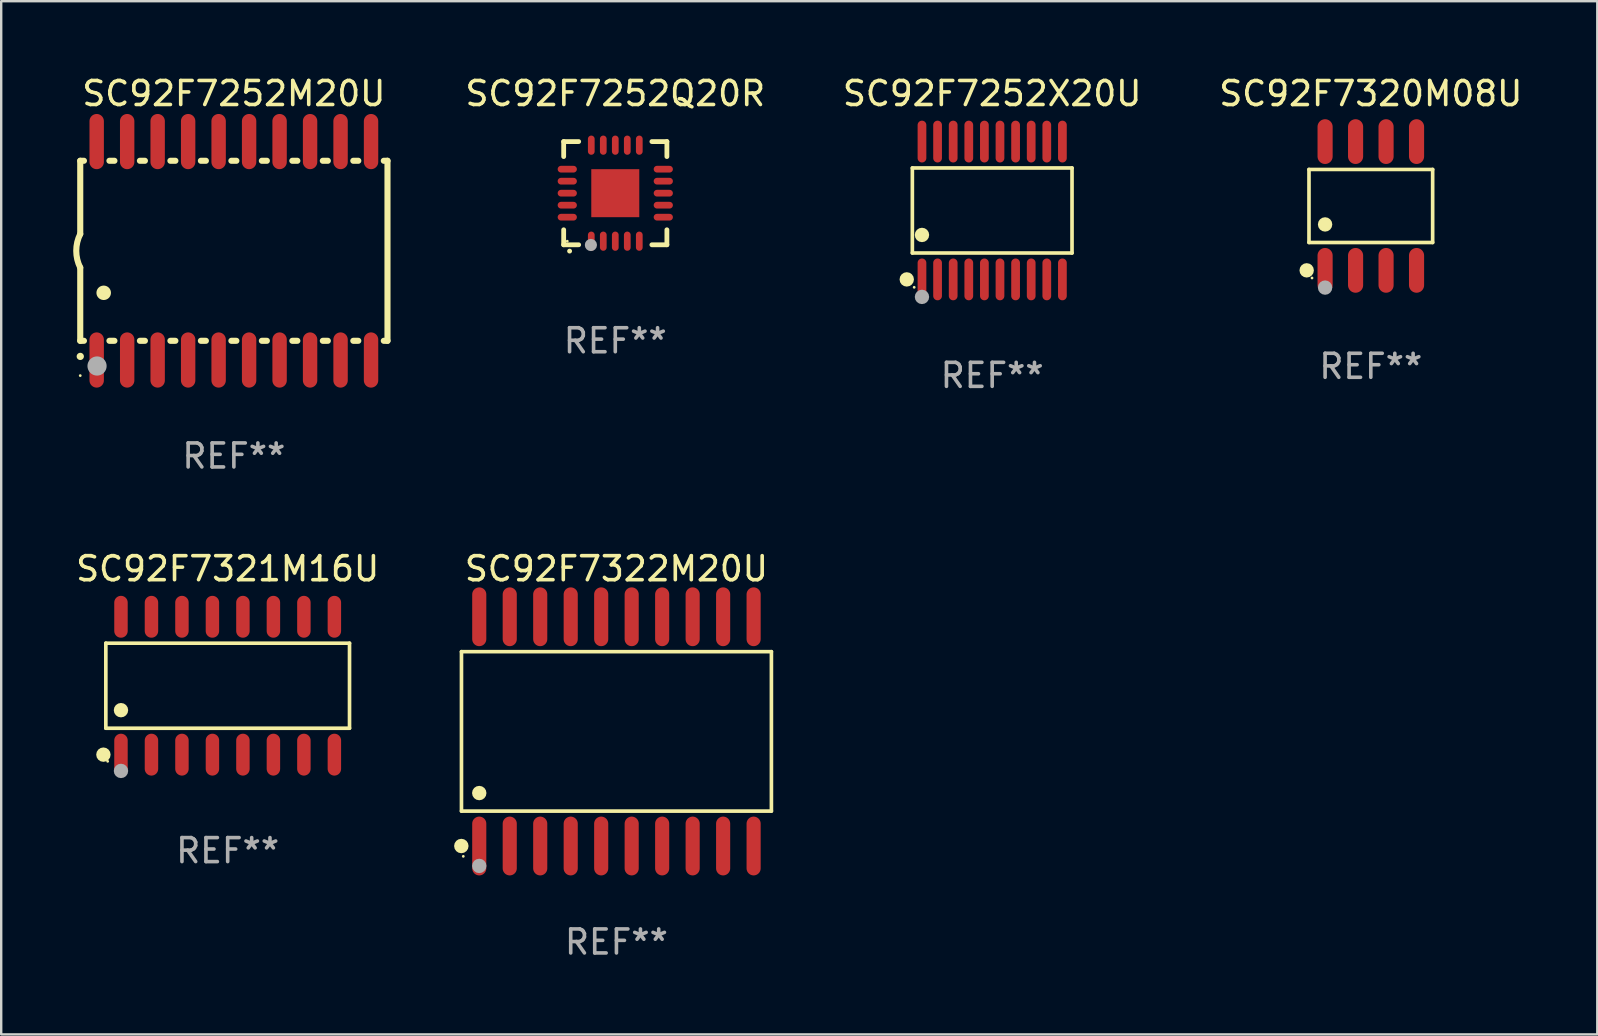
<source format=kicad_pcb>
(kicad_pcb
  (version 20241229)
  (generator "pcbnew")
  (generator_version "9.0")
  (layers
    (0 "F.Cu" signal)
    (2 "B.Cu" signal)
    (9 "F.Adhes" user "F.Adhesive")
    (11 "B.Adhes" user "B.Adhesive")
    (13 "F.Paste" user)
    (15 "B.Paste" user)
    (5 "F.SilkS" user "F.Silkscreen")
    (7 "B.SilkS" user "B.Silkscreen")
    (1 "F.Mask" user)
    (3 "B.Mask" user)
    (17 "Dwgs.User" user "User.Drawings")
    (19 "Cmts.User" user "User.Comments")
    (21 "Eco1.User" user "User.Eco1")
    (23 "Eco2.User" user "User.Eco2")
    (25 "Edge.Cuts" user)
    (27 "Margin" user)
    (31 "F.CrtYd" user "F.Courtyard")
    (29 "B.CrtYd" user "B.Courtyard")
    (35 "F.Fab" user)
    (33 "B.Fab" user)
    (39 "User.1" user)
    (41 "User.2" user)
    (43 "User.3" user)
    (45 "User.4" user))
  (footprint "SC92F7252M20U"
    (layer "F.Cu")
    (at 6.693 7.398)
    (property "Reference" "SC92F7252M20U" (at 0 -6.55 0) (layer "F.SilkS") (effects (font (size 1 1) (thickness 0.15))))
    (attr through_hole)
    (fp_line (start -6.4 -3.75) (end -6.4 -0.7) (stroke (width 0.254) (type solid)) (layer "F.SilkS"))
    (fp_line (start -6.4 -3.75) (end -6.246 -3.75) (stroke (width 0.254) (type solid)) (layer "F.SilkS"))
    (fp_line (start -6.4 3.75) (end -6.4 0.7) (stroke (width 0.254) (type solid)) (layer "F.SilkS"))
    (fp_line (start -6.246 3.75) (end -6.4 3.75) (stroke (width 0.254) (type solid)) (layer "F.SilkS"))
    (fp_line (start -5.184 -3.75) (end -4.976 -3.75) (stroke (width 0.254) (type solid)) (layer "F.SilkS"))
    (fp_line (start -4.976 3.75) (end -5.184 3.75) (stroke (width 0.254) (type solid)) (layer "F.SilkS"))
    (fp_line (start -3.914 -3.75) (end -3.706 -3.75) (stroke (width 0.254) (type solid)) (layer "F.SilkS"))
    (fp_line (start -3.706 3.75) (end -3.914 3.75) (stroke (width 0.254) (type solid)) (layer "F.SilkS"))
    (fp_line (start -2.644 -3.75) (end -2.436 -3.75) (stroke (width 0.254) (type solid)) (layer "F.SilkS"))
    (fp_line (start -2.436 3.75) (end -2.644 3.75) (stroke (width 0.254) (type solid)) (layer "F.SilkS"))
    (fp_line (start -1.374 -3.75) (end -1.166 -3.75) (stroke (width 0.254) (type solid)) (layer "F.SilkS"))
    (fp_line (start -1.166 3.75) (end -1.374 3.75) (stroke (width 0.254) (type solid)) (layer "F.SilkS"))
    (fp_line (start -0.104 -3.75) (end 0.104 -3.75) (stroke (width 0.254) (type solid)) (layer "F.SilkS"))
    (fp_line (start 0.104 3.75) (end -0.104 3.75) (stroke (width 0.254) (type solid)) (layer "F.SilkS"))
    (fp_line (start 1.166 -3.75) (end 1.374 -3.75) (stroke (width 0.254) (type solid)) (layer "F.SilkS"))
    (fp_line (start 1.374 3.75) (end 1.166 3.75) (stroke (width 0.254) (type solid)) (layer "F.SilkS"))
    (fp_line (start 2.436 -3.75) (end 2.644 -3.75) (stroke (width 0.254) (type solid)) (layer "F.SilkS"))
    (fp_line (start 2.644 3.75) (end 2.436 3.75) (stroke (width 0.254) (type solid)) (layer "F.SilkS"))
    (fp_line (start 3.706 -3.75) (end 3.914 -3.75) (stroke (width 0.254) (type solid)) (layer "F.SilkS"))
    (fp_line (start 3.914 3.75) (end 3.706 3.75) (stroke (width 0.254) (type solid)) (layer "F.SilkS"))
    (fp_line (start 4.976 -3.75) (end 5.184 -3.75) (stroke (width 0.254) (type solid)) (layer "F.SilkS"))
    (fp_line (start 5.184 3.75) (end 4.976 3.75) (stroke (width 0.254) (type solid)) (layer "F.SilkS"))
    (fp_line (start 6.246 -3.75) (end 6.4 -3.75) (stroke (width 0.254) (type solid)) (layer "F.SilkS"))
    (fp_line (start 6.4 -3.75) (end 6.4 3.75) (stroke (width 0.254) (type solid)) (layer "F.SilkS"))
    (fp_line (start 6.4 3.75) (end 6.246 3.75) (stroke (width 0.254) (type solid)) (layer "F.SilkS"))
    (fp_arc (start -6.400812 0.701041) (mid -6.565912 0.000428) (end -6.400025 -0.7) (stroke (width 0.254001) (type solid)) (layer "F.SilkS"))
    (fp_arc (start -6.400025 4.4) (mid -6.398755 4.399995) (end -6.397485 4.4) (stroke (width 0.3) (type solid)) (layer "F.SilkS"))
    (fp_arc (start -5.425451 1.750064) (mid -5.422911 1.750053) (end -5.420371 1.750064) (stroke (width 0.6) (type solid)) (layer "F.SilkS"))
    (fp_circle (center -6.4 5.2) (end -6.37 5.2) (stroke (width 0.06) (type solid)) (fill no) (layer "F.SilkS"))
    (fp_circle (center -5.7 4.8) (end -5.5 4.8) (stroke (width 0.4) (type solid)) (fill no) (layer "F.Fab"))
    (fp_text user "REF**" (at 0 8.55 0) (layer "F.Fab") (effects (font (size 1 1) (thickness 0.15))))
    (pad "1" smd oval (at -5.715 4.55 180) (size 0.6 2.3) (layers "F.Cu" "F.Mask" "F.Paste"))
    (pad "2" smd oval (at -4.445 4.55 180) (size 0.6 2.3) (layers "F.Cu" "F.Mask" "F.Paste"))
    (pad "3" smd oval (at -3.175 4.55 180) (size 0.6 2.3) (layers "F.Cu" "F.Mask" "F.Paste"))
    (pad "4" smd oval (at -1.905 4.55 180) (size 0.6 2.3) (layers "F.Cu" "F.Mask" "F.Paste"))
    (pad "5" smd oval (at -0.635 4.55 180) (size 0.6 2.3) (layers "F.Cu" "F.Mask" "F.Paste"))
    (pad "6" smd oval (at 0.635 4.55 180) (size 0.6 2.3) (layers "F.Cu" "F.Mask" "F.Paste"))
    (pad "7" smd oval (at 1.905 4.55 180) (size 0.6 2.3) (layers "F.Cu" "F.Mask" "F.Paste"))
    (pad "8" smd oval (at 3.175 4.55 180) (size 0.6 2.3) (layers "F.Cu" "F.Mask" "F.Paste"))
    (pad "9" smd oval (at 4.445 4.55 180) (size 0.6 2.3) (layers "F.Cu" "F.Mask" "F.Paste"))
    (pad "10" smd oval (at 5.715 4.55 180) (size 0.6 2.3) (layers "F.Cu" "F.Mask" "F.Paste"))
    (pad "11" smd oval (at 5.715 -4.55 180) (size 0.6 2.3) (layers "F.Cu" "F.Mask" "F.Paste"))
    (pad "12" smd oval (at 4.445 -4.55 180) (size 0.6 2.3) (layers "F.Cu" "F.Mask" "F.Paste"))
    (pad "13" smd oval (at 3.175 -4.55 180) (size 0.6 2.3) (layers "F.Cu" "F.Mask" "F.Paste"))
    (pad "14" smd oval (at 1.905 -4.55 180) (size 0.6 2.3) (layers "F.Cu" "F.Mask" "F.Paste"))
    (pad "15" smd oval (at 0.635 -4.55 180) (size 0.6 2.3) (layers "F.Cu" "F.Mask" "F.Paste"))
    (pad "16" smd oval (at -0.635 -4.55 180) (size 0.6 2.3) (layers "F.Cu" "F.Mask" "F.Paste"))
    (pad "17" smd oval (at -1.905 -4.55 180) (size 0.6 2.3) (layers "F.Cu" "F.Mask" "F.Paste"))
    (pad "18" smd oval (at -3.175 -4.55 180) (size 0.6 2.3) (layers "F.Cu" "F.Mask" "F.Paste"))
    (pad "19" smd oval (at -4.445 -4.55 180) (size 0.6 2.3) (layers "F.Cu" "F.Mask" "F.Paste"))
    (pad "20" smd oval (at -5.715 -4.55 180) (size 0.6 2.3) (layers "F.Cu" "F.Mask" "F.Paste")))
  (footprint "SC92F7320M08U"
    (layer "F.Cu")
    (at 54.059 5.531)
    (property "Reference" "SC92F7320M08U" (at 0 -4.682 0) (layer "F.SilkS") (effects (font (size 1 1) (thickness 0.15))))
    (attr through_hole)
    (fp_line (start -2.576 -1.521) (end 2.576 -1.521) (stroke (width 0.152) (type solid)) (layer "F.SilkS"))
    (fp_line (start -2.576 1.521) (end -2.576 -1.521) (stroke (width 0.152) (type solid)) (layer "F.SilkS"))
    (fp_line (start 2.576 -1.521) (end 2.576 1.521) (stroke (width 0.152) (type solid)) (layer "F.SilkS"))
    (fp_line (start 2.576 1.521) (end -2.576 1.521) (stroke (width 0.152) (type solid)) (layer "F.SilkS"))
    (fp_circle (center -2.672 2.682) (end -2.522 2.682) (stroke (width 0.3) (type solid)) (fill no) (layer "F.SilkS"))
    (fp_circle (center -2.45 3) (end -2.42 3) (stroke (width 0.06) (type solid)) (fill no) (layer "F.SilkS"))
    (fp_circle (center -1.905 0.769) (end -1.755 0.769) (stroke (width 0.3) (type solid)) (fill no) (layer "F.SilkS"))
    (fp_circle (center -1.905 3.4) (end -1.755 3.4) (stroke (width 0.3) (type solid)) (fill no) (layer "F.Fab"))
    (fp_text user "REF**" (at 0 6.682 0) (layer "F.Fab") (effects (font (size 1 1) (thickness 0.15))))
    (pad "1" smd oval (at -1.905 2.682) (size 0.63 1.865) (layers "F.Cu" "F.Mask" "F.Paste"))
    (pad "2" smd oval (at -0.635 2.682) (size 0.63 1.865) (layers "F.Cu" "F.Mask" "F.Paste"))
    (pad "3" smd oval (at 0.635 2.682) (size 0.63 1.865) (layers "F.Cu" "F.Mask" "F.Paste"))
    (pad "4" smd oval (at 1.905 2.682) (size 0.63 1.865) (layers "F.Cu" "F.Mask" "F.Paste"))
    (pad "5" smd oval (at 1.905 -2.682) (size 0.63 1.865) (layers "F.Cu" "F.Mask" "F.Paste"))
    (pad "6" smd oval (at 0.635 -2.682) (size 0.63 1.865) (layers "F.Cu" "F.Mask" "F.Paste"))
    (pad "7" smd oval (at -0.635 -2.682) (size 0.63 1.865) (layers "F.Cu" "F.Mask" "F.Paste"))
    (pad "8" smd oval (at -1.905 -2.682) (size 0.63 1.865) (layers "F.Cu" "F.Mask" "F.Paste")))
  (footprint "SC92F7321M16U"
    (layer "F.Cu")
    (at 6.435 25.517)
    (property "Reference" "SC92F7321M16U" (at 0 -4.872 0) (layer "F.SilkS") (effects (font (size 1 1) (thickness 0.15))))
    (attr through_hole)
    (fp_line (start -5.076 -1.771) (end 5.076 -1.771) (stroke (width 0.152) (type solid)) (layer "F.SilkS"))
    (fp_line (start -5.076 1.771) (end -5.076 -1.771) (stroke (width 0.152) (type solid)) (layer "F.SilkS"))
    (fp_line (start 5.076 -1.771) (end 5.076 1.771) (stroke (width 0.152) (type solid)) (layer "F.SilkS"))
    (fp_line (start 5.076 1.771) (end -5.076 1.771) (stroke (width 0.152) (type solid)) (layer "F.SilkS"))
    (fp_circle (center -5.177 2.872) (end -5.027 2.872) (stroke (width 0.3) (type solid)) (fill no) (layer "F.SilkS"))
    (fp_circle (center -5 3.15) (end -4.97 3.15) (stroke (width 0.06) (type solid)) (fill no) (layer "F.SilkS"))
    (fp_circle (center -4.445 1.019) (end -4.295 1.019) (stroke (width 0.3) (type solid)) (fill no) (layer "F.SilkS"))
    (fp_circle (center -4.445 3.55) (end -4.295 3.55) (stroke (width 0.3) (type solid)) (fill no) (layer "F.Fab"))
    (fp_text user "REF**" (at 0 6.872 0) (layer "F.Fab") (effects (font (size 1 1) (thickness 0.15))))
    (pad "1" smd oval (at -4.445 2.872) (size 0.56 1.745) (layers "F.Cu" "F.Mask" "F.Paste"))
    (pad "2" smd oval (at -3.175 2.872) (size 0.56 1.745) (layers "F.Cu" "F.Mask" "F.Paste"))
    (pad "3" smd oval (at -1.905 2.872) (size 0.56 1.745) (layers "F.Cu" "F.Mask" "F.Paste"))
    (pad "4" smd oval (at -0.635 2.872) (size 0.56 1.745) (layers "F.Cu" "F.Mask" "F.Paste"))
    (pad "5" smd oval (at 0.635 2.872) (size 0.56 1.745) (layers "F.Cu" "F.Mask" "F.Paste"))
    (pad "6" smd oval (at 1.905 2.872) (size 0.56 1.745) (layers "F.Cu" "F.Mask" "F.Paste"))
    (pad "7" smd oval (at 3.175 2.872) (size 0.56 1.745) (layers "F.Cu" "F.Mask" "F.Paste"))
    (pad "8" smd oval (at 4.445 2.872) (size 0.56 1.745) (layers "F.Cu" "F.Mask" "F.Paste"))
    (pad "9" smd oval (at 4.445 -2.872) (size 0.56 1.745) (layers "F.Cu" "F.Mask" "F.Paste"))
    (pad "10" smd oval (at 3.175 -2.872) (size 0.56 1.745) (layers "F.Cu" "F.Mask" "F.Paste"))
    (pad "11" smd oval (at 1.905 -2.872) (size 0.56 1.745) (layers "F.Cu" "F.Mask" "F.Paste"))
    (pad "12" smd oval (at 0.635 -2.872) (size 0.56 1.745) (layers "F.Cu" "F.Mask" "F.Paste"))
    (pad "13" smd oval (at -0.635 -2.872) (size 0.56 1.745) (layers "F.Cu" "F.Mask" "F.Paste"))
    (pad "14" smd oval (at -1.905 -2.872) (size 0.56 1.745) (layers "F.Cu" "F.Mask" "F.Paste"))
    (pad "15" smd oval (at -3.175 -2.872) (size 0.56 1.745) (layers "F.Cu" "F.Mask" "F.Paste"))
    (pad "16" smd oval (at -4.445 -2.872) (size 0.56 1.745) (layers "F.Cu" "F.Mask" "F.Paste")))
  (footprint "SC92F7252X20U"
    (layer "F.Cu")
    (at 38.285 5.719)
    (property "Reference" "SC92F7252X20U" (at 0 -4.871 0) (layer "F.SilkS") (effects (font (size 1 1) (thickness 0.15))))
    (attr through_hole)
    (fp_line (start -3.326 -1.771) (end 3.326 -1.771) (stroke (width 0.152) (type solid)) (layer "F.SilkS"))
    (fp_line (start -3.326 1.771) (end -3.326 -1.771) (stroke (width 0.152) (type solid)) (layer "F.SilkS"))
    (fp_line (start 3.326 -1.771) (end 3.326 1.771) (stroke (width 0.152) (type solid)) (layer "F.SilkS"))
    (fp_line (start 3.326 1.771) (end -3.326 1.771) (stroke (width 0.152) (type solid)) (layer "F.SilkS"))
    (fp_circle (center -3.559 2.871) (end -3.409 2.871) (stroke (width 0.3) (type solid)) (fill no) (layer "F.SilkS"))
    (fp_circle (center -3.25 3.2) (end -3.22 3.2) (stroke (width 0.06) (type solid)) (fill no) (layer "F.SilkS"))
    (fp_circle (center -2.925 1.019) (end -2.775 1.019) (stroke (width 0.3) (type solid)) (fill no) (layer "F.SilkS"))
    (fp_circle (center -2.925 3.6) (end -2.775 3.6) (stroke (width 0.3) (type solid)) (fill no) (layer "F.Fab"))
    (fp_text user "REF**" (at 0 6.871 0) (layer "F.Fab") (effects (font (size 1 1) (thickness 0.15))))
    (pad "1" smd oval (at -2.925 2.871) (size 0.364 1.742) (layers "F.Cu" "F.Mask" "F.Paste"))
    (pad "2" smd oval (at -2.275 2.871) (size 0.364 1.742) (layers "F.Cu" "F.Mask" "F.Paste"))
    (pad "3" smd oval (at -1.625 2.871) (size 0.364 1.742) (layers "F.Cu" "F.Mask" "F.Paste"))
    (pad "4" smd oval (at -0.975 2.871) (size 0.364 1.742) (layers "F.Cu" "F.Mask" "F.Paste"))
    (pad "5" smd oval (at -0.325 2.871) (size 0.364 1.742) (layers "F.Cu" "F.Mask" "F.Paste"))
    (pad "6" smd oval (at 0.325 2.871) (size 0.364 1.742) (layers "F.Cu" "F.Mask" "F.Paste"))
    (pad "7" smd oval (at 0.975 2.871) (size 0.364 1.742) (layers "F.Cu" "F.Mask" "F.Paste"))
    (pad "8" smd oval (at 1.625 2.871) (size 0.364 1.742) (layers "F.Cu" "F.Mask" "F.Paste"))
    (pad "9" smd oval (at 2.275 2.871) (size 0.364 1.742) (layers "F.Cu" "F.Mask" "F.Paste"))
    (pad "10" smd oval (at 2.925 2.871) (size 0.364 1.742) (layers "F.Cu" "F.Mask" "F.Paste"))
    (pad "11" smd oval (at 2.925 -2.871) (size 0.364 1.742) (layers "F.Cu" "F.Mask" "F.Paste"))
    (pad "12" smd oval (at 2.275 -2.871) (size 0.364 1.742) (layers "F.Cu" "F.Mask" "F.Paste"))
    (pad "13" smd oval (at 1.625 -2.871) (size 0.364 1.742) (layers "F.Cu" "F.Mask" "F.Paste"))
    (pad "14" smd oval (at 0.975 -2.871) (size 0.364 1.742) (layers "F.Cu" "F.Mask" "F.Paste"))
    (pad "15" smd oval (at 0.325 -2.871) (size 0.364 1.742) (layers "F.Cu" "F.Mask" "F.Paste"))
    (pad "16" smd oval (at -0.325 -2.871) (size 0.364 1.742) (layers "F.Cu" "F.Mask" "F.Paste"))
    (pad "17" smd oval (at -0.975 -2.871) (size 0.364 1.742) (layers "F.Cu" "F.Mask" "F.Paste"))
    (pad "18" smd oval (at -1.625 -2.871) (size 0.364 1.742) (layers "F.Cu" "F.Mask" "F.Paste"))
    (pad "19" smd oval (at -2.275 -2.871) (size 0.364 1.742) (layers "F.Cu" "F.Mask" "F.Paste"))
    (pad "20" smd oval (at -2.925 -2.871) (size 0.364 1.742) (layers "F.Cu" "F.Mask" "F.Paste")))
  (footprint "SC92F7252Q20R"
    (layer "F.Cu")
    (at 22.583 4.998)
    (property "Reference" "SC92F7252Q20R" (at 0 -4.15 0) (layer "F.SilkS") (effects (font (size 1 1) (thickness 0.15))))
    (attr through_hole)
    (fp_line (start -2.15 -2.15) (end -2.15 -1.525) (stroke (width 0.2) (type solid)) (layer "F.SilkS"))
    (fp_line (start -2.15 2.15) (end -2.15 1.525) (stroke (width 0.2) (type solid)) (layer "F.SilkS"))
    (fp_line (start -1.525 -2.15) (end -2.15 -2.15) (stroke (width 0.2) (type solid)) (layer "F.SilkS"))
    (fp_line (start -1.525 2.15) (end -2.15 2.15) (stroke (width 0.2) (type solid)) (layer "F.SilkS"))
    (fp_line (start 1.525 2.15) (end 2.15 2.15) (stroke (width 0.2) (type solid)) (layer "F.SilkS"))
    (fp_line (start 2.15 -2.15) (end 1.525 -2.15) (stroke (width 0.2) (type solid)) (layer "F.SilkS"))
    (fp_line (start 2.15 -1.525) (end 2.15 -2.15) (stroke (width 0.2) (type solid)) (layer "F.SilkS"))
    (fp_line (start 2.15 2.15) (end 2.15 1.525) (stroke (width 0.2) (type solid)) (layer "F.SilkS"))
    (fp_arc (start -1.905004 2.413005) (mid -1.903302 2.412998) (end -1.9016 2.413005) (stroke (width 0.2) (type solid)) (layer "F.SilkS"))
    (fp_circle (center -2 2) (end -1.97 2) (stroke (width 0.06) (type solid)) (fill no) (layer "F.SilkS"))
    (fp_circle (center -1.016 2.159) (end -0.889 2.159) (stroke (width 0.254) (type solid)) (fill no) (layer "F.Fab"))
    (fp_text user "REF**" (at 0 6.15 0) (layer "F.Fab") (effects (font (size 1 1) (thickness 0.15))))
    (pad "1" smd oval (at -1 2 180) (size 0.28 0.8) (layers "F.Cu" "F.Mask" "F.Paste"))
    (pad "2" smd oval (at -0.5 2 180) (size 0.28 0.8) (layers "F.Cu" "F.Mask" "F.Paste"))
    (pad "3" smd oval (at 0 2 180) (size 0.28 0.8) (layers "F.Cu" "F.Mask" "F.Paste"))
    (pad "4" smd oval (at 0.5 2 180) (size 0.28 0.8) (layers "F.Cu" "F.Mask" "F.Paste"))
    (pad "5" smd oval (at 1 2 180) (size 0.28 0.8) (layers "F.Cu" "F.Mask" "F.Paste"))
    (pad "6" smd oval (at 2 1 90) (size 0.28 0.8) (layers "F.Cu" "F.Mask" "F.Paste"))
    (pad "7" smd oval (at 2 0.5 90) (size 0.28 0.8) (layers "F.Cu" "F.Mask" "F.Paste"))
    (pad "8" smd oval (at 2 0 90) (size 0.28 0.8) (layers "F.Cu" "F.Mask" "F.Paste"))
    (pad "9" smd oval (at 2 -0.5 90) (size 0.28 0.8) (layers "F.Cu" "F.Mask" "F.Paste"))
    (pad "10" smd oval (at 2 -1 90) (size 0.28 0.8) (layers "F.Cu" "F.Mask" "F.Paste"))
    (pad "11" smd oval (at 1 -2 180) (size 0.28 0.8) (layers "F.Cu" "F.Mask" "F.Paste"))
    (pad "12" smd oval (at 0.5 -2 180) (size 0.28 0.8) (layers "F.Cu" "F.Mask" "F.Paste"))
    (pad "13" smd oval (at 0 -2 180) (size 0.28 0.8) (layers "F.Cu" "F.Mask" "F.Paste"))
    (pad "14" smd oval (at -0.5 -2 180) (size 0.28 0.8) (layers "F.Cu" "F.Mask" "F.Paste"))
    (pad "15" smd oval (at -1 -2 180) (size 0.28 0.8) (layers "F.Cu" "F.Mask" "F.Paste"))
    (pad "16" smd oval (at -2 -1 90) (size 0.28 0.8) (layers "F.Cu" "F.Mask" "F.Paste"))
    (pad "17" smd oval (at -2 -0.5 90) (size 0.28 0.8) (layers "F.Cu" "F.Mask" "F.Paste"))
    (pad "18" smd oval (at -2 0 90) (size 0.28 0.8) (layers "F.Cu" "F.Mask" "F.Paste"))
    (pad "19" smd oval (at -2 0.5 90) (size 0.28 0.8) (layers "F.Cu" "F.Mask" "F.Paste"))
    (pad "20" smd oval (at -2 1 90) (size 0.28 0.8) (layers "F.Cu" "F.Mask" "F.Paste"))
    (pad "21" smd rect (at 0 0 90) (size 2 2) (layers "F.Cu" "F.Mask" "F.Paste")))
  (footprint "SC92F7322M20U"
    (layer "F.Cu")
    (at 22.631 27.42)
    (property "Reference" "SC92F7322M20U" (at 0 -6.775 0) (layer "F.SilkS") (effects (font (size 1 1) (thickness 0.15))))
    (attr through_hole)
    (fp_line (start -6.456 -3.321) (end 6.456 -3.321) (stroke (width 0.152) (type solid)) (layer "F.SilkS"))
    (fp_line (start -6.456 3.321) (end -6.456 -3.321) (stroke (width 0.152) (type solid)) (layer "F.SilkS"))
    (fp_line (start 6.456 -3.321) (end 6.456 3.321) (stroke (width 0.152) (type solid)) (layer "F.SilkS"))
    (fp_line (start 6.456 3.321) (end -6.456 3.321) (stroke (width 0.152) (type solid)) (layer "F.SilkS"))
    (fp_circle (center -6.462 4.775) (end -6.311 4.775) (stroke (width 0.3) (type solid)) (fill no) (layer "F.SilkS"))
    (fp_circle (center -6.38 5.205) (end -6.35 5.205) (stroke (width 0.06) (type solid)) (fill no) (layer "F.SilkS"))
    (fp_circle (center -5.715 2.569) (end -5.565 2.569) (stroke (width 0.3) (type solid)) (fill no) (layer "F.SilkS"))
    (fp_circle (center -5.715 5.605) (end -5.565 5.605) (stroke (width 0.3) (type solid)) (fill no) (layer "F.Fab"))
    (fp_text user "REF**" (at 0 8.775 0) (layer "F.Fab") (effects (font (size 1 1) (thickness 0.15))))
    (pad "1" smd oval (at -5.715 4.775) (size 0.588 2.45) (layers "F.Cu" "F.Mask" "F.Paste"))
    (pad "2" smd oval (at -4.445 4.775) (size 0.588 2.45) (layers "F.Cu" "F.Mask" "F.Paste"))
    (pad "3" smd oval (at -3.175 4.775) (size 0.588 2.45) (layers "F.Cu" "F.Mask" "F.Paste"))
    (pad "4" smd oval (at -1.905 4.775) (size 0.588 2.45) (layers "F.Cu" "F.Mask" "F.Paste"))
    (pad "5" smd oval (at -0.635 4.775) (size 0.588 2.45) (layers "F.Cu" "F.Mask" "F.Paste"))
    (pad "6" smd oval (at 0.635 4.775) (size 0.588 2.45) (layers "F.Cu" "F.Mask" "F.Paste"))
    (pad "7" smd oval (at 1.905 4.775) (size 0.588 2.45) (layers "F.Cu" "F.Mask" "F.Paste"))
    (pad "8" smd oval (at 3.175 4.775) (size 0.588 2.45) (layers "F.Cu" "F.Mask" "F.Paste"))
    (pad "9" smd oval (at 4.445 4.775) (size 0.588 2.45) (layers "F.Cu" "F.Mask" "F.Paste"))
    (pad "10" smd oval (at 5.715 4.775) (size 0.588 2.45) (layers "F.Cu" "F.Mask" "F.Paste"))
    (pad "11" smd oval (at 5.715 -4.775) (size 0.588 2.45) (layers "F.Cu" "F.Mask" "F.Paste"))
    (pad "12" smd oval (at 4.445 -4.775) (size 0.588 2.45) (layers "F.Cu" "F.Mask" "F.Paste"))
    (pad "13" smd oval (at 3.175 -4.775) (size 0.588 2.45) (layers "F.Cu" "F.Mask" "F.Paste"))
    (pad "14" smd oval (at 1.905 -4.775) (size 0.588 2.45) (layers "F.Cu" "F.Mask" "F.Paste"))
    (pad "15" smd oval (at 0.635 -4.775) (size 0.588 2.45) (layers "F.Cu" "F.Mask" "F.Paste"))
    (pad "16" smd oval (at -0.635 -4.775) (size 0.588 2.45) (layers "F.Cu" "F.Mask" "F.Paste"))
    (pad "17" smd oval (at -1.905 -4.775) (size 0.588 2.45) (layers "F.Cu" "F.Mask" "F.Paste"))
    (pad "18" smd oval (at -3.175 -4.775) (size 0.588 2.45) (layers "F.Cu" "F.Mask" "F.Paste"))
    (pad "19" smd oval (at -4.445 -4.775) (size 0.588 2.45) (layers "F.Cu" "F.Mask" "F.Paste"))
    (pad "20" smd oval (at -5.715 -4.775) (size 0.588 2.45) (layers "F.Cu" "F.Mask" "F.Paste")))
  (gr_rect
    (start -3 -3)
    (end 63.494 40.043)
    (stroke (width 0.1) (type default))
    (fill no)
    (layer "Edge.Cuts")))
</source>
